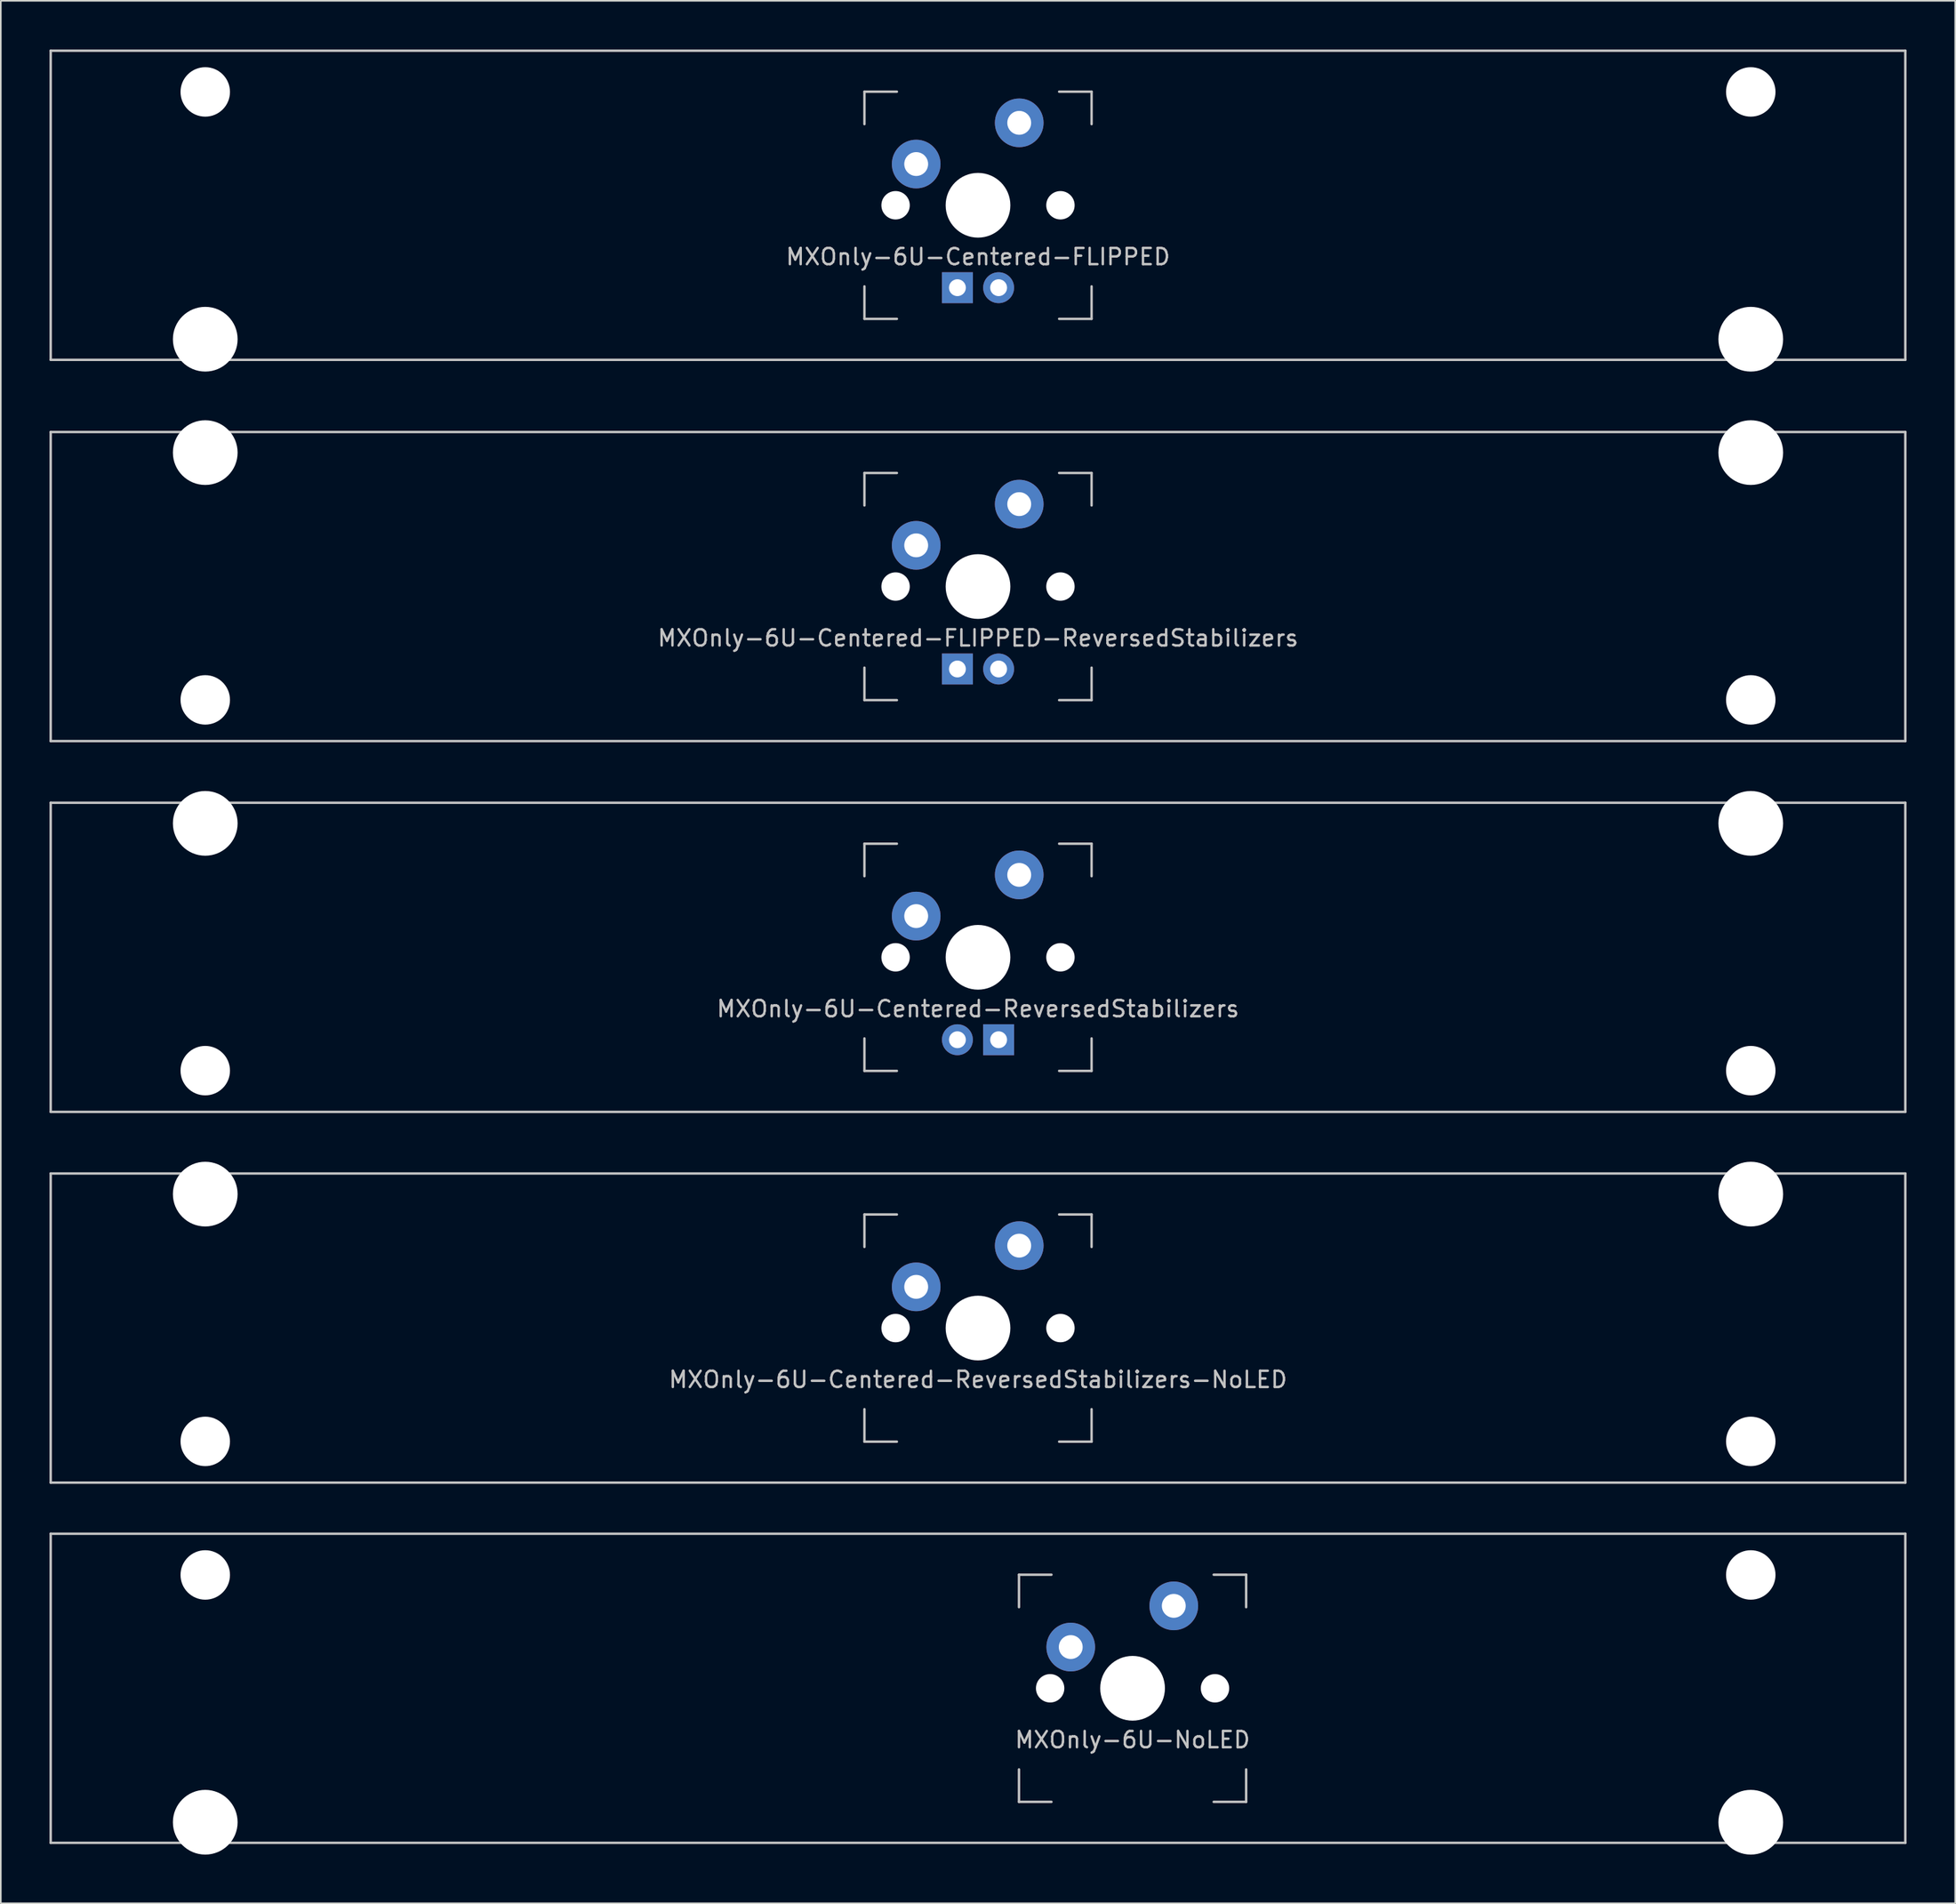
<source format=kicad_pcb>
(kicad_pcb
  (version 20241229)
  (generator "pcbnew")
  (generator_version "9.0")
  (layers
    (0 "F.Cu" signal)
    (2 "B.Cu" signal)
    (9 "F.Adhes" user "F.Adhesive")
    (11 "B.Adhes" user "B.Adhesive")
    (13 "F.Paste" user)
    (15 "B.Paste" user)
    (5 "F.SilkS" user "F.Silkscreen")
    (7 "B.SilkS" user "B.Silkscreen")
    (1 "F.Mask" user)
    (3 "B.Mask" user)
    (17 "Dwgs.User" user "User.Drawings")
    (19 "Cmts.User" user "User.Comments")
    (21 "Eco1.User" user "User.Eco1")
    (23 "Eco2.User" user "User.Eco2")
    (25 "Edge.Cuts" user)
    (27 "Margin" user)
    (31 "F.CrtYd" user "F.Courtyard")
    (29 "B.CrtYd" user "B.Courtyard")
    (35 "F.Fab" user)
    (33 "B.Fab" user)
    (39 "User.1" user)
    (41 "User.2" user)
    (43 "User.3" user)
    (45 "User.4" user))
  (footprint "MXOnly-6U-Centered-ReversedStabilizers"
    (layer "F.Cu")
    (at 57.225 55.947)
    (property "Reference" "MXOnly-6U-Centered-ReversedStabilizers" (at 0 3.175 0) (layer "Dwgs.User") (effects (font (size 1 1) (thickness 0.15))))
    (attr through_hole)
    (fp_line (start -57.15 -9.525) (end 57.15 -9.525) (stroke (width 0.15) (type solid)) (layer "Dwgs.User"))
    (fp_line (start -57.15 9.525) (end -57.15 -9.525) (stroke (width 0.15) (type solid)) (layer "Dwgs.User"))
    (fp_line (start -57.15 9.525) (end 57.15 9.525) (stroke (width 0.15) (type solid)) (layer "Dwgs.User"))
    (fp_line (start -7 -7) (end -7 -5) (stroke (width 0.15) (type solid)) (layer "Dwgs.User"))
    (fp_line (start -7 5) (end -7 7) (stroke (width 0.15) (type solid)) (layer "Dwgs.User"))
    (fp_line (start -7 7) (end -5 7) (stroke (width 0.15) (type solid)) (layer "Dwgs.User"))
    (fp_line (start -5 -7) (end -7 -7) (stroke (width 0.15) (type solid)) (layer "Dwgs.User"))
    (fp_line (start 5 -7) (end 7 -7) (stroke (width 0.15) (type solid)) (layer "Dwgs.User"))
    (fp_line (start 5 7) (end 7 7) (stroke (width 0.15) (type solid)) (layer "Dwgs.User"))
    (fp_line (start 7 -7) (end 7 -5) (stroke (width 0.15) (type solid)) (layer "Dwgs.User"))
    (fp_line (start 7 7) (end 7 5) (stroke (width 0.15) (type solid)) (layer "Dwgs.User"))
    (fp_line (start 57.15 -9.525) (end 57.15 9.525) (stroke (width 0.15) (type solid)) (layer "Dwgs.User"))
    (pad "" np_thru_hole circle (at -47.625 -8.255) (size 3.988 3.988) (drill 3.988) (layers "*.Cu" "*.Mask"))
    (pad "" np_thru_hole circle (at -47.625 6.985) (size 3.048 3.048) (drill 3.048) (layers "*.Cu" "*.Mask"))
    (pad "" np_thru_hole circle (at -5.08 0 48.1) (size 1.75 1.75) (drill 1.75) (layers "*.Cu" "*.Mask"))
    (pad "" np_thru_hole circle (at 0 0) (size 3.988 3.988) (drill 3.988) (layers "*.Cu" "*.Mask"))
    (pad "" np_thru_hole circle (at 5.08 0 48.1) (size 1.75 1.75) (drill 1.75) (layers "*.Cu" "*.Mask"))
    (pad "" np_thru_hole circle (at 47.625 -8.255) (size 3.988 3.988) (drill 3.988) (layers "*.Cu" "*.Mask"))
    (pad "" np_thru_hole circle (at 47.625 6.985) (size 3.048 3.048) (drill 3.048) (layers "*.Cu" "*.Mask"))
    (pad "1" thru_hole circle (at -3.81 -2.54) (size 3 3) (drill 1.47) (layers "*.Cu" "*.Mask"))
    (pad "2" thru_hole circle (at 2.54 -5.08) (size 3 3) (drill 1.47) (layers "*.Cu" "*.Mask"))
    (pad "3" thru_hole circle (at -1.27 5.08) (size 1.905 1.905) (drill 1.04) (layers "*.Cu" "*.Mask"))
    (pad "4" thru_hole rect (at 1.27 5.08) (size 1.905 1.905) (drill 1.04) (layers "*.Cu" "*.Mask")))
  (footprint "MXOnly-6U-NoLED"
    (layer "F.Cu")
    (at 57.225 100.996)
    (property "Reference" "MXOnly-6U-NoLED" (at 9.525 3.175 0) (layer "Dwgs.User") (effects (font (size 1 1) (thickness 0.15))))
    (attr through_hole)
    (fp_line (start -57.15 -9.525) (end 57.15 -9.525) (stroke (width 0.15) (type solid)) (layer "Dwgs.User"))
    (fp_line (start -57.15 9.525) (end -57.15 -9.525) (stroke (width 0.15) (type solid)) (layer "Dwgs.User"))
    (fp_line (start -57.15 9.525) (end 57.15 9.525) (stroke (width 0.15) (type solid)) (layer "Dwgs.User"))
    (fp_line (start 2.525 -7) (end 2.525 -5) (stroke (width 0.15) (type solid)) (layer "Dwgs.User"))
    (fp_line (start 2.525 5) (end 2.525 7) (stroke (width 0.15) (type solid)) (layer "Dwgs.User"))
    (fp_line (start 2.525 7) (end 4.525 7) (stroke (width 0.15) (type solid)) (layer "Dwgs.User"))
    (fp_line (start 4.525 -7) (end 2.525 -7) (stroke (width 0.15) (type solid)) (layer "Dwgs.User"))
    (fp_line (start 14.525 -7) (end 16.525 -7) (stroke (width 0.15) (type solid)) (layer "Dwgs.User"))
    (fp_line (start 14.525 7) (end 16.525 7) (stroke (width 0.15) (type solid)) (layer "Dwgs.User"))
    (fp_line (start 16.525 -7) (end 16.525 -5) (stroke (width 0.15) (type solid)) (layer "Dwgs.User"))
    (fp_line (start 16.525 7) (end 16.525 5) (stroke (width 0.15) (type solid)) (layer "Dwgs.User"))
    (fp_line (start 57.15 -9.525) (end 57.15 9.525) (stroke (width 0.15) (type solid)) (layer "Dwgs.User"))
    (pad "" np_thru_hole circle (at -47.625 -6.985) (size 3.048 3.048) (drill 3.048) (layers "*.Cu" "*.Mask"))
    (pad "" np_thru_hole circle (at -47.625 8.255) (size 3.988 3.988) (drill 3.988) (layers "*.Cu" "*.Mask"))
    (pad "" np_thru_hole circle (at 4.445 0 48.1) (size 1.75 1.75) (drill 1.75) (layers "*.Cu" "*.Mask"))
    (pad "" np_thru_hole circle (at 9.525 0) (size 3.988 3.988) (drill 3.988) (layers "*.Cu" "*.Mask"))
    (pad "" np_thru_hole circle (at 14.605 0 48.1) (size 1.75 1.75) (drill 1.75) (layers "*.Cu" "*.Mask"))
    (pad "" np_thru_hole circle (at 47.625 -6.985) (size 3.048 3.048) (drill 3.048) (layers "*.Cu" "*.Mask"))
    (pad "" np_thru_hole circle (at 47.625 8.255) (size 3.988 3.988) (drill 3.988) (layers "*.Cu" "*.Mask"))
    (pad "1" thru_hole circle (at 5.715 -2.54) (size 3 3) (drill 1.47) (layers "*.Cu" "*.Mask"))
    (pad "2" thru_hole circle (at 12.065 -5.08) (size 3 3) (drill 1.47) (layers "*.Cu" "*.Mask")))
  (footprint "MXOnly-6U-Centered-FLIPPED"
    (layer "F.Cu")
    (at 57.225 9.6)
    (property "Reference" "MXOnly-6U-Centered-FLIPPED" (at 0 3.175 0) (layer "Dwgs.User") (effects (font (size 1 1) (thickness 0.15))))
    (attr through_hole)
    (fp_line (start -57.15 -9.525) (end 57.15 -9.525) (stroke (width 0.15) (type solid)) (layer "Dwgs.User"))
    (fp_line (start -57.15 9.525) (end -57.15 -9.525) (stroke (width 0.15) (type solid)) (layer "Dwgs.User"))
    (fp_line (start -57.15 9.525) (end 57.15 9.525) (stroke (width 0.15) (type solid)) (layer "Dwgs.User"))
    (fp_line (start -7 -7) (end -7 -5) (stroke (width 0.15) (type solid)) (layer "Dwgs.User"))
    (fp_line (start -7 5) (end -7 7) (stroke (width 0.15) (type solid)) (layer "Dwgs.User"))
    (fp_line (start -7 7) (end -5 7) (stroke (width 0.15) (type solid)) (layer "Dwgs.User"))
    (fp_line (start -5 -7) (end -7 -7) (stroke (width 0.15) (type solid)) (layer "Dwgs.User"))
    (fp_line (start 5 -7) (end 7 -7) (stroke (width 0.15) (type solid)) (layer "Dwgs.User"))
    (fp_line (start 5 7) (end 7 7) (stroke (width 0.15) (type solid)) (layer "Dwgs.User"))
    (fp_line (start 7 -7) (end 7 -5) (stroke (width 0.15) (type solid)) (layer "Dwgs.User"))
    (fp_line (start 7 7) (end 7 5) (stroke (width 0.15) (type solid)) (layer "Dwgs.User"))
    (fp_line (start 57.15 -9.525) (end 57.15 9.525) (stroke (width 0.15) (type solid)) (layer "Dwgs.User"))
    (pad "" np_thru_hole circle (at -47.625 -6.985) (size 3.048 3.048) (drill 3.048) (layers "*.Cu" "*.Mask"))
    (pad "" np_thru_hole circle (at -47.625 8.255) (size 3.988 3.988) (drill 3.988) (layers "*.Cu" "*.Mask"))
    (pad "" np_thru_hole circle (at -5.08 0 48.1) (size 1.75 1.75) (drill 1.75) (layers "*.Cu" "*.Mask"))
    (pad "" np_thru_hole circle (at 0 0) (size 3.988 3.988) (drill 3.988) (layers "*.Cu" "*.Mask"))
    (pad "" np_thru_hole circle (at 5.08 0 48.1) (size 1.75 1.75) (drill 1.75) (layers "*.Cu" "*.Mask"))
    (pad "" np_thru_hole circle (at 47.625 -6.985) (size 3.048 3.048) (drill 3.048) (layers "*.Cu" "*.Mask"))
    (pad "" np_thru_hole circle (at 47.625 8.255) (size 3.988 3.988) (drill 3.988) (layers "*.Cu" "*.Mask"))
    (pad "1" thru_hole circle (at -3.81 -2.54) (size 3 3) (drill 1.47) (layers "*.Cu" "*.Mask"))
    (pad "2" thru_hole circle (at 2.54 -5.08) (size 3 3) (drill 1.47) (layers "*.Cu" "*.Mask"))
    (pad "3" thru_hole circle (at 1.27 5.08) (size 1.905 1.905) (drill 1.04) (layers "*.Cu" "*.Mask"))
    (pad "4" thru_hole rect (at -1.27 5.08) (size 1.905 1.905) (drill 1.04) (layers "*.Cu" "*.Mask")))
  (footprint "MXOnly-6U-Centered-ReversedStabilizers-NoLED"
    (layer "F.Cu")
    (at 57.225 78.796)
    (property "Reference" "MXOnly-6U-Centered-ReversedStabilizers-NoLED" (at 0 3.175 0) (layer "Dwgs.User") (effects (font (size 1 1) (thickness 0.15))))
    (attr through_hole)
    (fp_line (start -57.15 -9.525) (end 57.15 -9.525) (stroke (width 0.15) (type solid)) (layer "Dwgs.User"))
    (fp_line (start -57.15 9.525) (end -57.15 -9.525) (stroke (width 0.15) (type solid)) (layer "Dwgs.User"))
    (fp_line (start -57.15 9.525) (end 57.15 9.525) (stroke (width 0.15) (type solid)) (layer "Dwgs.User"))
    (fp_line (start -7 -7) (end -7 -5) (stroke (width 0.15) (type solid)) (layer "Dwgs.User"))
    (fp_line (start -7 5) (end -7 7) (stroke (width 0.15) (type solid)) (layer "Dwgs.User"))
    (fp_line (start -7 7) (end -5 7) (stroke (width 0.15) (type solid)) (layer "Dwgs.User"))
    (fp_line (start -5 -7) (end -7 -7) (stroke (width 0.15) (type solid)) (layer "Dwgs.User"))
    (fp_line (start 5 -7) (end 7 -7) (stroke (width 0.15) (type solid)) (layer "Dwgs.User"))
    (fp_line (start 5 7) (end 7 7) (stroke (width 0.15) (type solid)) (layer "Dwgs.User"))
    (fp_line (start 7 -7) (end 7 -5) (stroke (width 0.15) (type solid)) (layer "Dwgs.User"))
    (fp_line (start 7 7) (end 7 5) (stroke (width 0.15) (type solid)) (layer "Dwgs.User"))
    (fp_line (start 57.15 -9.525) (end 57.15 9.525) (stroke (width 0.15) (type solid)) (layer "Dwgs.User"))
    (pad "" np_thru_hole circle (at -47.625 -8.255) (size 3.988 3.988) (drill 3.988) (layers "*.Cu" "*.Mask"))
    (pad "" np_thru_hole circle (at -47.625 6.985) (size 3.048 3.048) (drill 3.048) (layers "*.Cu" "*.Mask"))
    (pad "" np_thru_hole circle (at -5.08 0 48.1) (size 1.75 1.75) (drill 1.75) (layers "*.Cu" "*.Mask"))
    (pad "" np_thru_hole circle (at 0 0) (size 3.988 3.988) (drill 3.988) (layers "*.Cu" "*.Mask"))
    (pad "" np_thru_hole circle (at 5.08 0 48.1) (size 1.75 1.75) (drill 1.75) (layers "*.Cu" "*.Mask"))
    (pad "" np_thru_hole circle (at 47.625 -8.255) (size 3.988 3.988) (drill 3.988) (layers "*.Cu" "*.Mask"))
    (pad "" np_thru_hole circle (at 47.625 6.985) (size 3.048 3.048) (drill 3.048) (layers "*.Cu" "*.Mask"))
    (pad "1" thru_hole circle (at -3.81 -2.54) (size 3 3) (drill 1.47) (layers "*.Cu" "*.Mask"))
    (pad "2" thru_hole circle (at 2.54 -5.08) (size 3 3) (drill 1.47) (layers "*.Cu" "*.Mask")))
  (footprint "MXOnly-6U-Centered-FLIPPED-ReversedStabilizers"
    (layer "F.Cu")
    (at 57.225 33.098)
    (property "Reference" "MXOnly-6U-Centered-FLIPPED-ReversedStabilizers" (at 0 3.175 0) (layer "Dwgs.User") (effects (font (size 1 1) (thickness 0.15))))
    (attr through_hole)
    (fp_line (start -57.15 -9.525) (end 57.15 -9.525) (stroke (width 0.15) (type solid)) (layer "Dwgs.User"))
    (fp_line (start -57.15 9.525) (end -57.15 -9.525) (stroke (width 0.15) (type solid)) (layer "Dwgs.User"))
    (fp_line (start -57.15 9.525) (end 57.15 9.525) (stroke (width 0.15) (type solid)) (layer "Dwgs.User"))
    (fp_line (start -7 -7) (end -7 -5) (stroke (width 0.15) (type solid)) (layer "Dwgs.User"))
    (fp_line (start -7 5) (end -7 7) (stroke (width 0.15) (type solid)) (layer "Dwgs.User"))
    (fp_line (start -7 7) (end -5 7) (stroke (width 0.15) (type solid)) (layer "Dwgs.User"))
    (fp_line (start -5 -7) (end -7 -7) (stroke (width 0.15) (type solid)) (layer "Dwgs.User"))
    (fp_line (start 5 -7) (end 7 -7) (stroke (width 0.15) (type solid)) (layer "Dwgs.User"))
    (fp_line (start 5 7) (end 7 7) (stroke (width 0.15) (type solid)) (layer "Dwgs.User"))
    (fp_line (start 7 -7) (end 7 -5) (stroke (width 0.15) (type solid)) (layer "Dwgs.User"))
    (fp_line (start 7 7) (end 7 5) (stroke (width 0.15) (type solid)) (layer "Dwgs.User"))
    (fp_line (start 57.15 -9.525) (end 57.15 9.525) (stroke (width 0.15) (type solid)) (layer "Dwgs.User"))
    (pad "" np_thru_hole circle (at -47.625 -8.255) (size 3.988 3.988) (drill 3.988) (layers "*.Cu" "*.Mask"))
    (pad "" np_thru_hole circle (at -47.625 6.985) (size 3.048 3.048) (drill 3.048) (layers "*.Cu" "*.Mask"))
    (pad "" np_thru_hole circle (at -5.08 0 48.1) (size 1.75 1.75) (drill 1.75) (layers "*.Cu" "*.Mask"))
    (pad "" np_thru_hole circle (at 0 0) (size 3.988 3.988) (drill 3.988) (layers "*.Cu" "*.Mask"))
    (pad "" np_thru_hole circle (at 5.08 0 48.1) (size 1.75 1.75) (drill 1.75) (layers "*.Cu" "*.Mask"))
    (pad "" np_thru_hole circle (at 47.625 -8.255) (size 3.988 3.988) (drill 3.988) (layers "*.Cu" "*.Mask"))
    (pad "" np_thru_hole circle (at 47.625 6.985) (size 3.048 3.048) (drill 3.048) (layers "*.Cu" "*.Mask"))
    (pad "1" thru_hole circle (at -3.81 -2.54) (size 3 3) (drill 1.47) (layers "*.Cu" "*.Mask"))
    (pad "2" thru_hole circle (at 2.54 -5.08) (size 3 3) (drill 1.47) (layers "*.Cu" "*.Mask"))
    (pad "3" thru_hole circle (at 1.27 5.08) (size 1.905 1.905) (drill 1.04) (layers "*.Cu" "*.Mask"))
    (pad "4" thru_hole rect (at -1.27 5.08) (size 1.905 1.905) (drill 1.04) (layers "*.Cu" "*.Mask")))
  (gr_rect
    (start -3 -3)
    (end 117.45 114.245)
    (stroke (width 0.1) (type default))
    (fill no)
    (layer "Edge.Cuts")))
</source>
